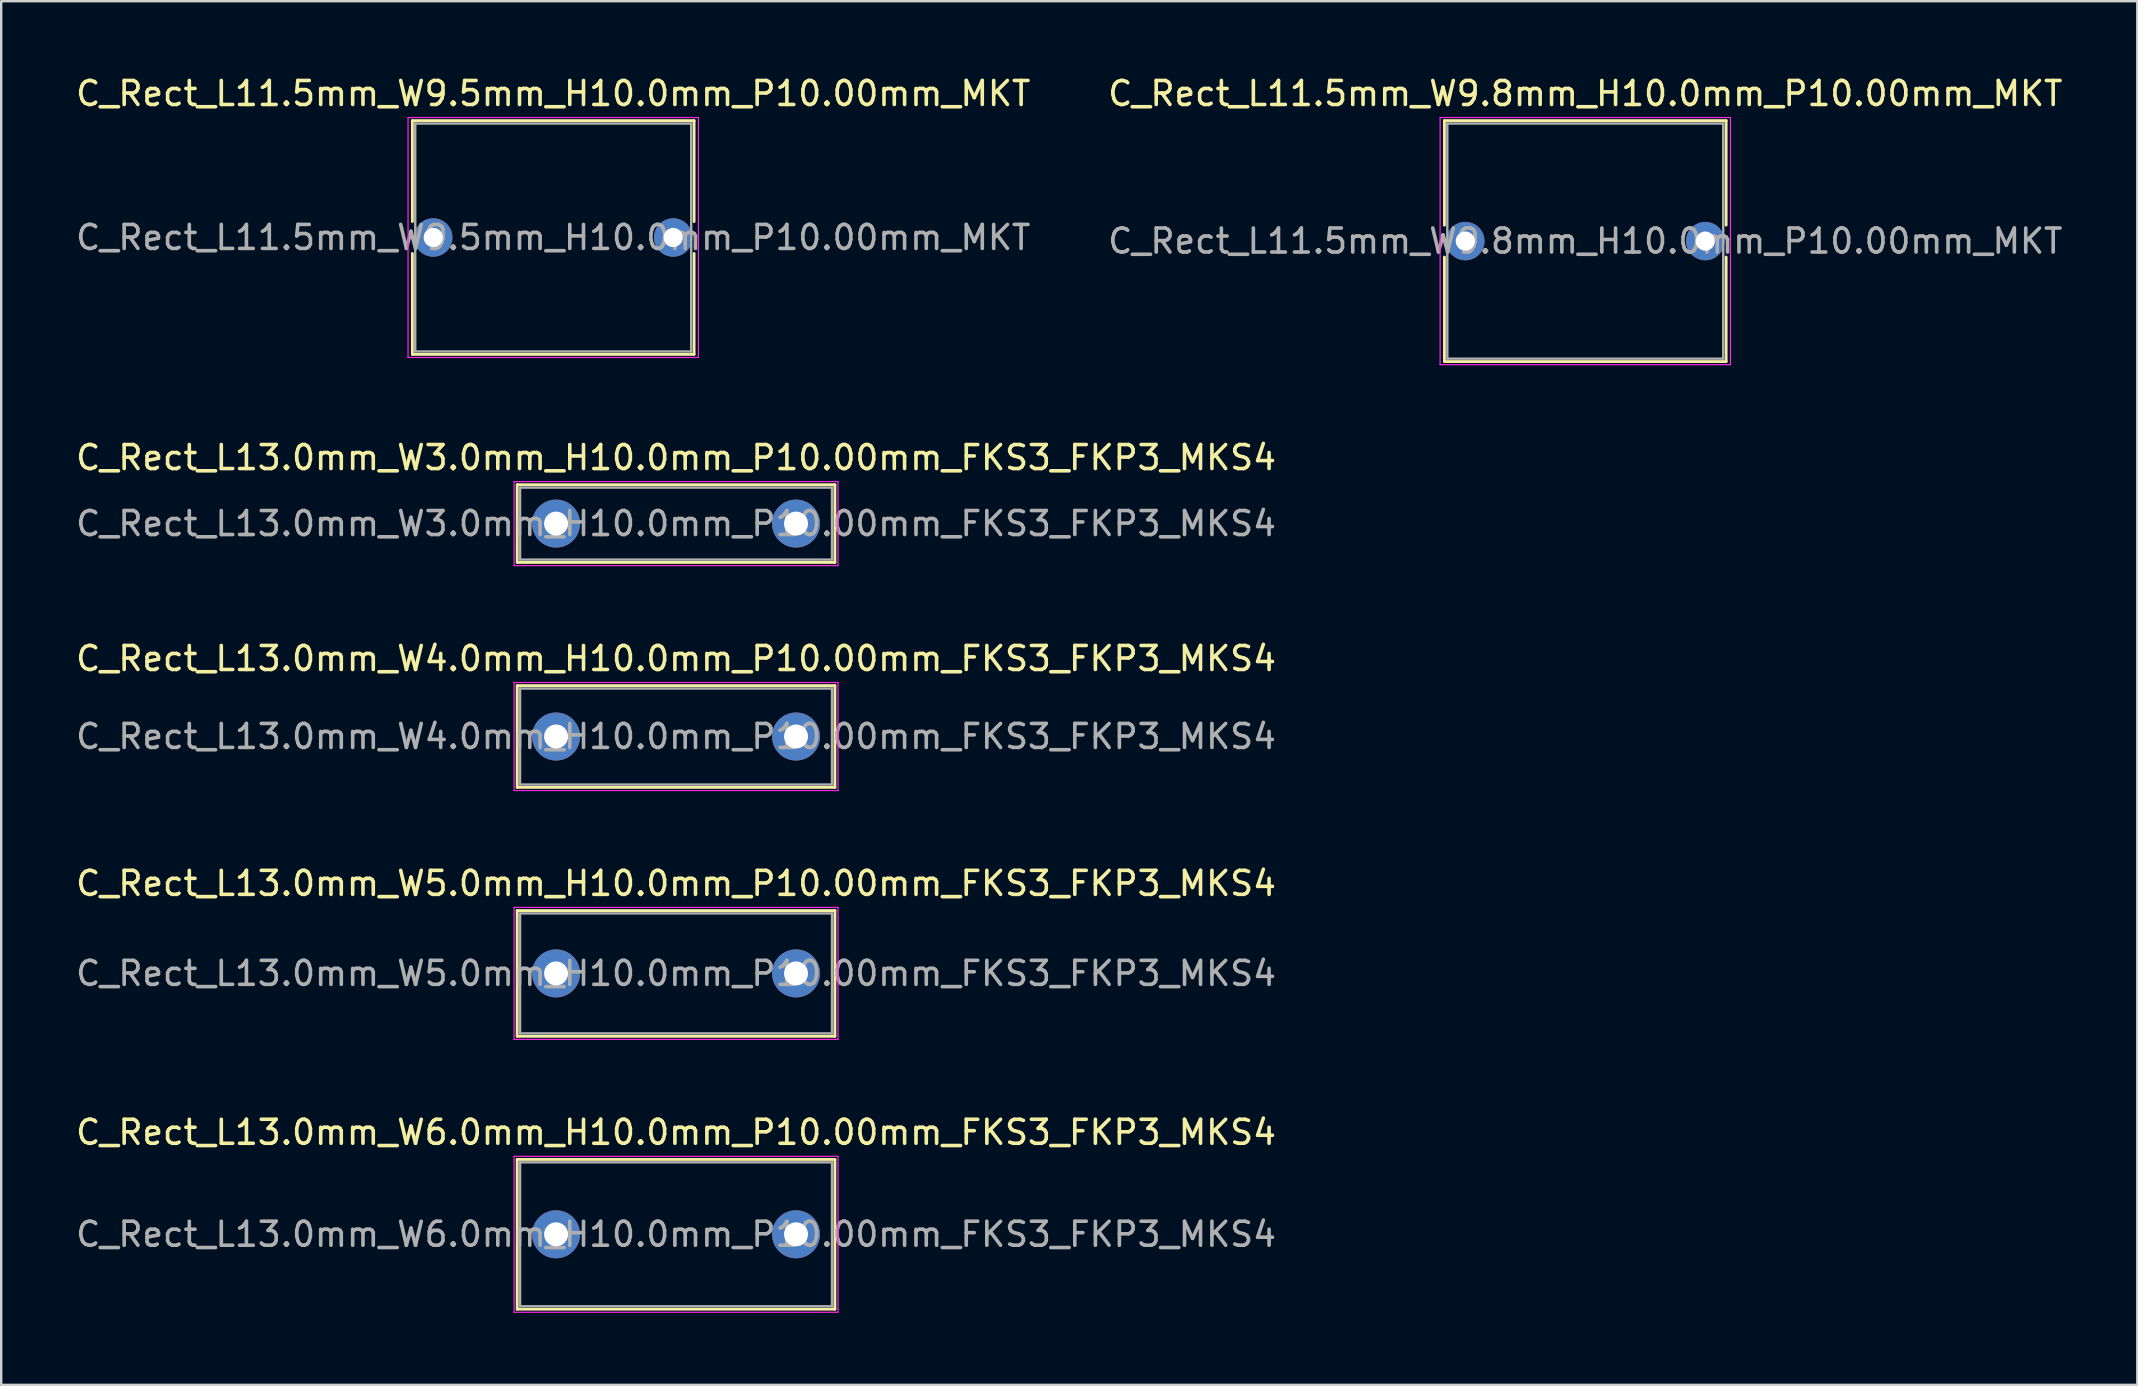
<source format=kicad_pcb>
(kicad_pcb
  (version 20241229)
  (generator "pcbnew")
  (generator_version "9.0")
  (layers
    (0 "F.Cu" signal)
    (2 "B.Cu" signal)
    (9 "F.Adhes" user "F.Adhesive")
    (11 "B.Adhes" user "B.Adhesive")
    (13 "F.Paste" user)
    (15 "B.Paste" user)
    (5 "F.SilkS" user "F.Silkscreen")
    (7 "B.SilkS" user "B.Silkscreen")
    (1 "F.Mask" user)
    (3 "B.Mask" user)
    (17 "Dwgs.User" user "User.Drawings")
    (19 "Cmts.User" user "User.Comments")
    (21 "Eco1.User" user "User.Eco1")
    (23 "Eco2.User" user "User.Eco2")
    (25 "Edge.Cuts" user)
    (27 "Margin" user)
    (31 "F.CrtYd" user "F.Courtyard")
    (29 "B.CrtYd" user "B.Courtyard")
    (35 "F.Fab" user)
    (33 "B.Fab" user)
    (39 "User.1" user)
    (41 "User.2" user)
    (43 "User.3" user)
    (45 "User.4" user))
  (footprint "C_Rect_L11.5mm_W9.8mm_H10.0mm_P10.00mm_MKT"
    (layer "F.Cu")
    (at 58.018 6.998)
    (property "Reference" "C_Rect_L11.5mm_W9.8mm_H10.0mm_P10.00mm_MKT" (at 5 -6.15 0) (layer "F.SilkS") (effects (font (size 1 1) (thickness 0.15))))
    (attr through_hole)
    (fp_line (start -0.87 -5.02) (end -0.87 -0.665) (stroke (width 0.12) (type solid)) (layer "F.SilkS"))
    (fp_line (start -0.87 -5.02) (end 10.87 -5.02) (stroke (width 0.12) (type solid)) (layer "F.SilkS"))
    (fp_line (start -0.87 0.665) (end -0.87 5.02) (stroke (width 0.12) (type solid)) (layer "F.SilkS"))
    (fp_line (start -0.87 5.02) (end 10.87 5.02) (stroke (width 0.12) (type solid)) (layer "F.SilkS"))
    (fp_line (start 10.87 -5.02) (end 10.87 -0.665) (stroke (width 0.12) (type solid)) (layer "F.SilkS"))
    (fp_line (start 10.87 0.665) (end 10.87 5.02) (stroke (width 0.12) (type solid)) (layer "F.SilkS"))
    (fp_line (start -1.05 -5.15) (end -1.05 5.15) (stroke (width 0.05) (type solid)) (layer "F.CrtYd"))
    (fp_line (start -1.05 5.15) (end 11.05 5.15) (stroke (width 0.05) (type solid)) (layer "F.CrtYd"))
    (fp_line (start 11.05 -5.15) (end -1.05 -5.15) (stroke (width 0.05) (type solid)) (layer "F.CrtYd"))
    (fp_line (start 11.05 5.15) (end 11.05 -5.15) (stroke (width 0.05) (type solid)) (layer "F.CrtYd"))
    (fp_line (start -0.75 -4.9) (end -0.75 4.9) (stroke (width 0.1) (type solid)) (layer "F.Fab"))
    (fp_line (start -0.75 4.9) (end 10.75 4.9) (stroke (width 0.1) (type solid)) (layer "F.Fab"))
    (fp_line (start 10.75 -4.9) (end -0.75 -4.9) (stroke (width 0.1) (type solid)) (layer "F.Fab"))
    (fp_line (start 10.75 4.9) (end 10.75 -4.9) (stroke (width 0.1) (type solid)) (layer "F.Fab"))
    (fp_text user "${REFERENCE}" (at 5 0 0) (layer "F.Fab") (effects (font (size 1 1) (thickness 0.15))))
    (pad "1" thru_hole circle (at 0 0) (size 1.6 1.6) (drill 0.8) (layers "*.Cu" "*.Mask"))
    (pad "2" thru_hole circle (at 10 0) (size 1.6 1.6) (drill 0.8) (layers "*.Cu" "*.Mask")))
  (footprint "C_Rect_L11.5mm_W9.5mm_H10.0mm_P10.00mm_MKT"
    (layer "F.Cu")
    (at 15.006 6.848)
    (property "Reference" "C_Rect_L11.5mm_W9.5mm_H10.0mm_P10.00mm_MKT" (at 5 -6 0) (layer "F.SilkS") (effects (font (size 1 1) (thickness 0.15))))
    (attr through_hole)
    (fp_line (start -0.87 -4.87) (end -0.87 -0.665) (stroke (width 0.12) (type solid)) (layer "F.SilkS"))
    (fp_line (start -0.87 -4.87) (end 10.87 -4.87) (stroke (width 0.12) (type solid)) (layer "F.SilkS"))
    (fp_line (start -0.87 0.665) (end -0.87 4.87) (stroke (width 0.12) (type solid)) (layer "F.SilkS"))
    (fp_line (start -0.87 4.87) (end 10.87 4.87) (stroke (width 0.12) (type solid)) (layer "F.SilkS"))
    (fp_line (start 10.87 -4.87) (end 10.87 -0.665) (stroke (width 0.12) (type solid)) (layer "F.SilkS"))
    (fp_line (start 10.87 0.665) (end 10.87 4.87) (stroke (width 0.12) (type solid)) (layer "F.SilkS"))
    (fp_line (start -1.05 -5) (end -1.05 5) (stroke (width 0.05) (type solid)) (layer "F.CrtYd"))
    (fp_line (start -1.05 5) (end 11.05 5) (stroke (width 0.05) (type solid)) (layer "F.CrtYd"))
    (fp_line (start 11.05 -5) (end -1.05 -5) (stroke (width 0.05) (type solid)) (layer "F.CrtYd"))
    (fp_line (start 11.05 5) (end 11.05 -5) (stroke (width 0.05) (type solid)) (layer "F.CrtYd"))
    (fp_line (start -0.75 -4.75) (end -0.75 4.75) (stroke (width 0.1) (type solid)) (layer "F.Fab"))
    (fp_line (start -0.75 4.75) (end 10.75 4.75) (stroke (width 0.1) (type solid)) (layer "F.Fab"))
    (fp_line (start 10.75 -4.75) (end -0.75 -4.75) (stroke (width 0.1) (type solid)) (layer "F.Fab"))
    (fp_line (start 10.75 4.75) (end 10.75 -4.75) (stroke (width 0.1) (type solid)) (layer "F.Fab"))
    (fp_text user "${REFERENCE}" (at 5 0 0) (layer "F.Fab") (effects (font (size 1 1) (thickness 0.15))))
    (pad "1" thru_hole circle (at 0 0) (size 1.6 1.6) (drill 0.8) (layers "*.Cu" "*.Mask"))
    (pad "2" thru_hole circle (at 10 0) (size 1.6 1.6) (drill 0.8) (layers "*.Cu" "*.Mask")))
  (footprint "C_Rect_L13.0mm_W6.0mm_H10.0mm_P10.00mm_FKS3_FKP3_MKS4"
    (layer "F.Cu")
    (at 20.125 48.391)
    (property "Reference" "C_Rect_L13.0mm_W6.0mm_H10.0mm_P10.00mm_FKS3_FKP3_MKS4" (at 5 -4.25 0) (layer "F.SilkS") (effects (font (size 1 1) (thickness 0.15))))
    (attr through_hole)
    (fp_line (start -1.62 -3.12) (end -1.62 3.12) (stroke (width 0.12) (type solid)) (layer "F.SilkS"))
    (fp_line (start -1.62 -3.12) (end 11.62 -3.12) (stroke (width 0.12) (type solid)) (layer "F.SilkS"))
    (fp_line (start -1.62 3.12) (end 11.62 3.12) (stroke (width 0.12) (type solid)) (layer "F.SilkS"))
    (fp_line (start 11.62 -3.12) (end 11.62 3.12) (stroke (width 0.12) (type solid)) (layer "F.SilkS"))
    (fp_line (start -1.75 -3.25) (end -1.75 3.25) (stroke (width 0.05) (type solid)) (layer "F.CrtYd"))
    (fp_line (start -1.75 3.25) (end 11.75 3.25) (stroke (width 0.05) (type solid)) (layer "F.CrtYd"))
    (fp_line (start 11.75 -3.25) (end -1.75 -3.25) (stroke (width 0.05) (type solid)) (layer "F.CrtYd"))
    (fp_line (start 11.75 3.25) (end 11.75 -3.25) (stroke (width 0.05) (type solid)) (layer "F.CrtYd"))
    (fp_line (start -1.5 -3) (end -1.5 3) (stroke (width 0.1) (type solid)) (layer "F.Fab"))
    (fp_line (start -1.5 3) (end 11.5 3) (stroke (width 0.1) (type solid)) (layer "F.Fab"))
    (fp_line (start 11.5 -3) (end -1.5 -3) (stroke (width 0.1) (type solid)) (layer "F.Fab"))
    (fp_line (start 11.5 3) (end 11.5 -3) (stroke (width 0.1) (type solid)) (layer "F.Fab"))
    (fp_text user "${REFERENCE}" (at 5 0 0) (layer "F.Fab") (effects (font (size 1 1) (thickness 0.15))))
    (pad "1" thru_hole circle (at 0 0) (size 2 2) (drill 1) (layers "*.Cu" "*.Mask"))
    (pad "2" thru_hole circle (at 10 0) (size 2 2) (drill 1) (layers "*.Cu" "*.Mask")))
  (footprint "C_Rect_L13.0mm_W5.0mm_H10.0mm_P10.00mm_FKS3_FKP3_MKS4"
    (layer "F.Cu")
    (at 20.125 37.518)
    (property "Reference" "C_Rect_L13.0mm_W5.0mm_H10.0mm_P10.00mm_FKS3_FKP3_MKS4" (at 5 -3.75 0) (layer "F.SilkS") (effects (font (size 1 1) (thickness 0.15))))
    (attr through_hole)
    (fp_line (start -1.62 -2.62) (end -1.62 2.62) (stroke (width 0.12) (type solid)) (layer "F.SilkS"))
    (fp_line (start -1.62 -2.62) (end 11.62 -2.62) (stroke (width 0.12) (type solid)) (layer "F.SilkS"))
    (fp_line (start -1.62 2.62) (end 11.62 2.62) (stroke (width 0.12) (type solid)) (layer "F.SilkS"))
    (fp_line (start 11.62 -2.62) (end 11.62 2.62) (stroke (width 0.12) (type solid)) (layer "F.SilkS"))
    (fp_line (start -1.75 -2.75) (end -1.75 2.75) (stroke (width 0.05) (type solid)) (layer "F.CrtYd"))
    (fp_line (start -1.75 2.75) (end 11.75 2.75) (stroke (width 0.05) (type solid)) (layer "F.CrtYd"))
    (fp_line (start 11.75 -2.75) (end -1.75 -2.75) (stroke (width 0.05) (type solid)) (layer "F.CrtYd"))
    (fp_line (start 11.75 2.75) (end 11.75 -2.75) (stroke (width 0.05) (type solid)) (layer "F.CrtYd"))
    (fp_line (start -1.5 -2.5) (end -1.5 2.5) (stroke (width 0.1) (type solid)) (layer "F.Fab"))
    (fp_line (start -1.5 2.5) (end 11.5 2.5) (stroke (width 0.1) (type solid)) (layer "F.Fab"))
    (fp_line (start 11.5 -2.5) (end -1.5 -2.5) (stroke (width 0.1) (type solid)) (layer "F.Fab"))
    (fp_line (start 11.5 2.5) (end 11.5 -2.5) (stroke (width 0.1) (type solid)) (layer "F.Fab"))
    (fp_text user "${REFERENCE}" (at 5 0 0) (layer "F.Fab") (effects (font (size 1 1) (thickness 0.15))))
    (pad "1" thru_hole circle (at 0 0) (size 2 2) (drill 1) (layers "*.Cu" "*.Mask"))
    (pad "2" thru_hole circle (at 10 0) (size 2 2) (drill 1) (layers "*.Cu" "*.Mask")))
  (footprint "C_Rect_L13.0mm_W4.0mm_H10.0mm_P10.00mm_FKS3_FKP3_MKS4"
    (layer "F.Cu")
    (at 20.125 27.645)
    (property "Reference" "C_Rect_L13.0mm_W4.0mm_H10.0mm_P10.00mm_FKS3_FKP3_MKS4" (at 5 -3.25 0) (layer "F.SilkS") (effects (font (size 1 1) (thickness 0.15))))
    (attr through_hole)
    (fp_line (start -1.62 -2.12) (end -1.62 2.12) (stroke (width 0.12) (type solid)) (layer "F.SilkS"))
    (fp_line (start -1.62 -2.12) (end 11.62 -2.12) (stroke (width 0.12) (type solid)) (layer "F.SilkS"))
    (fp_line (start -1.62 2.12) (end 11.62 2.12) (stroke (width 0.12) (type solid)) (layer "F.SilkS"))
    (fp_line (start 11.62 -2.12) (end 11.62 2.12) (stroke (width 0.12) (type solid)) (layer "F.SilkS"))
    (fp_line (start -1.75 -2.25) (end -1.75 2.25) (stroke (width 0.05) (type solid)) (layer "F.CrtYd"))
    (fp_line (start -1.75 2.25) (end 11.75 2.25) (stroke (width 0.05) (type solid)) (layer "F.CrtYd"))
    (fp_line (start 11.75 -2.25) (end -1.75 -2.25) (stroke (width 0.05) (type solid)) (layer "F.CrtYd"))
    (fp_line (start 11.75 2.25) (end 11.75 -2.25) (stroke (width 0.05) (type solid)) (layer "F.CrtYd"))
    (fp_line (start -1.5 -2) (end -1.5 2) (stroke (width 0.1) (type solid)) (layer "F.Fab"))
    (fp_line (start -1.5 2) (end 11.5 2) (stroke (width 0.1) (type solid)) (layer "F.Fab"))
    (fp_line (start 11.5 -2) (end -1.5 -2) (stroke (width 0.1) (type solid)) (layer "F.Fab"))
    (fp_line (start 11.5 2) (end 11.5 -2) (stroke (width 0.1) (type solid)) (layer "F.Fab"))
    (fp_text user "${REFERENCE}" (at 5 0 0) (layer "F.Fab") (effects (font (size 1 1) (thickness 0.15))))
    (pad "1" thru_hole circle (at 0 0) (size 2 2) (drill 1) (layers "*.Cu" "*.Mask"))
    (pad "2" thru_hole circle (at 10 0) (size 2 2) (drill 1) (layers "*.Cu" "*.Mask")))
  (footprint "C_Rect_L13.0mm_W3.0mm_H10.0mm_P10.00mm_FKS3_FKP3_MKS4"
    (layer "F.Cu")
    (at 20.125 18.771)
    (property "Reference" "C_Rect_L13.0mm_W3.0mm_H10.0mm_P10.00mm_FKS3_FKP3_MKS4" (at 5 -2.75 0) (layer "F.SilkS") (effects (font (size 1 1) (thickness 0.15))))
    (attr through_hole)
    (fp_line (start -1.62 -1.62) (end -1.62 1.62) (stroke (width 0.12) (type solid)) (layer "F.SilkS"))
    (fp_line (start -1.62 -1.62) (end 11.62 -1.62) (stroke (width 0.12) (type solid)) (layer "F.SilkS"))
    (fp_line (start -1.62 1.62) (end 11.62 1.62) (stroke (width 0.12) (type solid)) (layer "F.SilkS"))
    (fp_line (start 11.62 -1.62) (end 11.62 1.62) (stroke (width 0.12) (type solid)) (layer "F.SilkS"))
    (fp_line (start -1.75 -1.75) (end -1.75 1.75) (stroke (width 0.05) (type solid)) (layer "F.CrtYd"))
    (fp_line (start -1.75 1.75) (end 11.75 1.75) (stroke (width 0.05) (type solid)) (layer "F.CrtYd"))
    (fp_line (start 11.75 -1.75) (end -1.75 -1.75) (stroke (width 0.05) (type solid)) (layer "F.CrtYd"))
    (fp_line (start 11.75 1.75) (end 11.75 -1.75) (stroke (width 0.05) (type solid)) (layer "F.CrtYd"))
    (fp_line (start -1.5 -1.5) (end -1.5 1.5) (stroke (width 0.1) (type solid)) (layer "F.Fab"))
    (fp_line (start -1.5 1.5) (end 11.5 1.5) (stroke (width 0.1) (type solid)) (layer "F.Fab"))
    (fp_line (start 11.5 -1.5) (end -1.5 -1.5) (stroke (width 0.1) (type solid)) (layer "F.Fab"))
    (fp_line (start 11.5 1.5) (end 11.5 -1.5) (stroke (width 0.1) (type solid)) (layer "F.Fab"))
    (fp_text user "${REFERENCE}" (at 5 0 0) (layer "F.Fab") (effects (font (size 1 1) (thickness 0.15))))
    (pad "1" thru_hole circle (at 0 0) (size 2 2) (drill 1) (layers "*.Cu" "*.Mask"))
    (pad "2" thru_hole circle (at 10 0) (size 2 2) (drill 1) (layers "*.Cu" "*.Mask")))
  (gr_rect
    (start -3 -3)
    (end 86.024 54.666)
    (stroke (width 0.1) (type default))
    (fill no)
    (layer "Edge.Cuts")))
</source>
